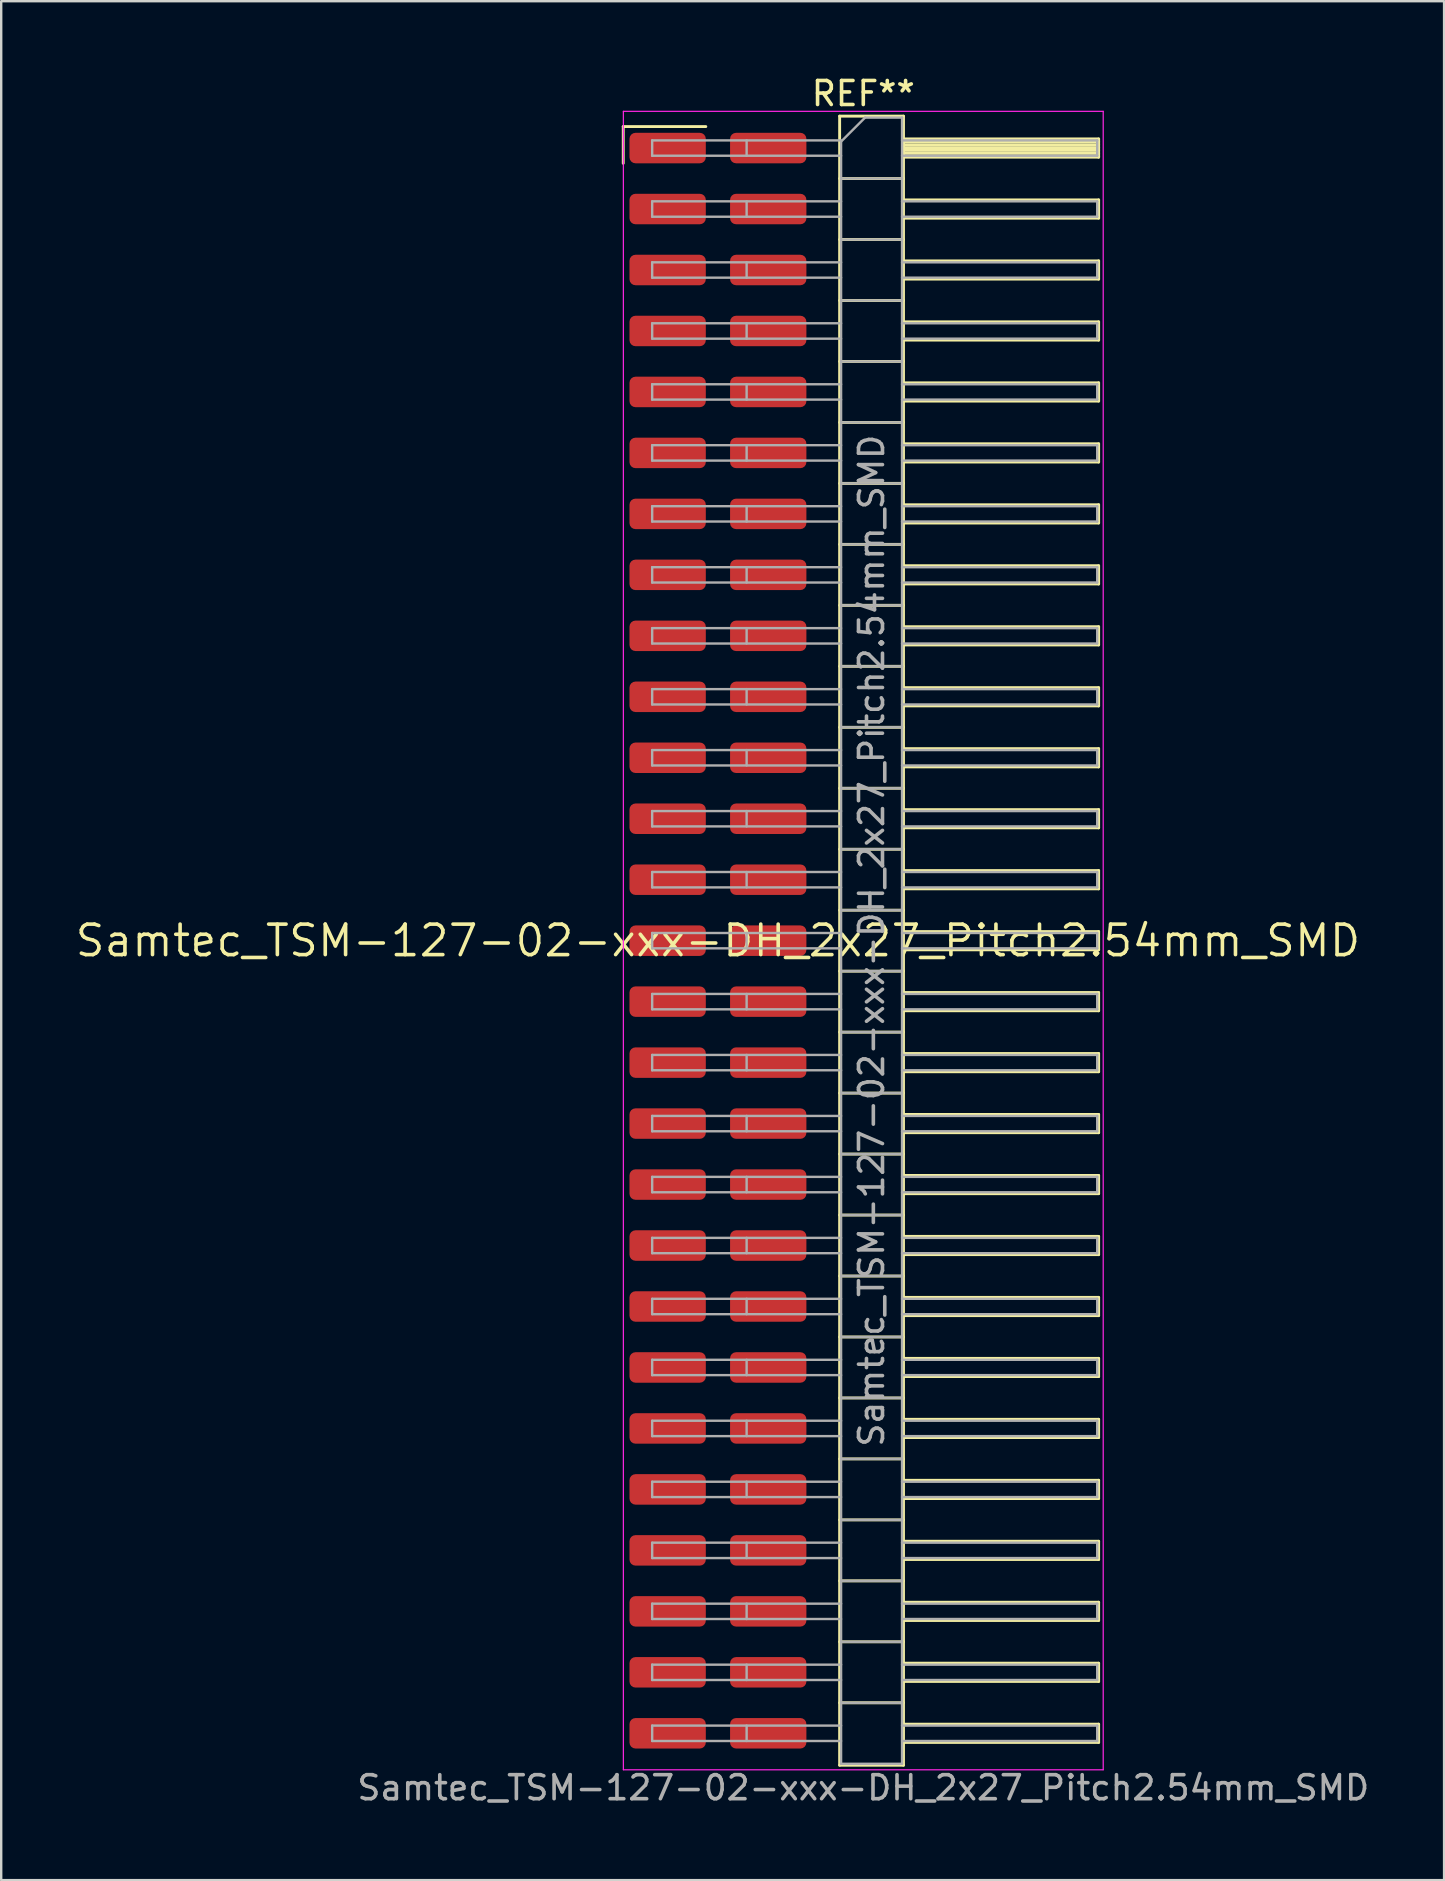
<source format=kicad_pcb>
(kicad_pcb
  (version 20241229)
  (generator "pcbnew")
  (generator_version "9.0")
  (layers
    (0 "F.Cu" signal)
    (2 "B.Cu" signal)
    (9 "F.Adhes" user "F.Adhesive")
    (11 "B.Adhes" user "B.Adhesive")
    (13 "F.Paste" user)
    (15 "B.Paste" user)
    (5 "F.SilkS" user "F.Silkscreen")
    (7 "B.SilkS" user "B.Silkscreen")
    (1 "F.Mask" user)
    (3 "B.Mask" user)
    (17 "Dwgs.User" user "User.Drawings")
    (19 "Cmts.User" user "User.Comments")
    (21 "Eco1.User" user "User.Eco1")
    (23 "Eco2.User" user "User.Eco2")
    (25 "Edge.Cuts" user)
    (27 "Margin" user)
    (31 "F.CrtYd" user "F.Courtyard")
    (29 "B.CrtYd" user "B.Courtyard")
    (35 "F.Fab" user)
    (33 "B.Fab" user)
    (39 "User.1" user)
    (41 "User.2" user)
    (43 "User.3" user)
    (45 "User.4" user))
  (footprint "Samtec_TSM-127-02-xxx-DH_2x27_Pitch2.54mm_SMD"
    (layer "F.Cu")
    (at 26.859 36.138)
    (property "Reference" "Samtec_TSM-127-02-xxx-DH_2x27_Pitch2.54mm_SMD" (at 0 0 0) (layer "F.SilkS") (effects (font (size 1.27 1.27) (thickness 0.15))))
    (attr smd)
    (fp_line (start -3.945 -33.915) (end -0.505 -33.915) (stroke (width 0.12) (type solid)) (layer "F.SilkS"))
    (fp_line (start -3.945 -32.385) (end -3.945 -33.915) (stroke (width 0.12) (type solid)) (layer "F.SilkS"))
    (fp_line (start 5.07 -34.35) (end 7.73 -34.35) (stroke (width 0.12) (type solid)) (layer "F.SilkS"))
    (fp_line (start 5.07 -31.75) (end 7.73 -31.75) (stroke (width 0.12) (type solid)) (layer "F.SilkS"))
    (fp_line (start 5.07 -29.21) (end 7.73 -29.21) (stroke (width 0.12) (type solid)) (layer "F.SilkS"))
    (fp_line (start 5.07 -26.67) (end 7.73 -26.67) (stroke (width 0.12) (type solid)) (layer "F.SilkS"))
    (fp_line (start 5.07 -24.13) (end 7.73 -24.13) (stroke (width 0.12) (type solid)) (layer "F.SilkS"))
    (fp_line (start 5.07 -21.59) (end 7.73 -21.59) (stroke (width 0.12) (type solid)) (layer "F.SilkS"))
    (fp_line (start 5.07 -19.05) (end 7.73 -19.05) (stroke (width 0.12) (type solid)) (layer "F.SilkS"))
    (fp_line (start 5.07 -16.51) (end 7.73 -16.51) (stroke (width 0.12) (type solid)) (layer "F.SilkS"))
    (fp_line (start 5.07 -13.97) (end 7.73 -13.97) (stroke (width 0.12) (type solid)) (layer "F.SilkS"))
    (fp_line (start 5.07 -11.43) (end 7.73 -11.43) (stroke (width 0.12) (type solid)) (layer "F.SilkS"))
    (fp_line (start 5.07 -8.89) (end 7.73 -8.89) (stroke (width 0.12) (type solid)) (layer "F.SilkS"))
    (fp_line (start 5.07 -6.35) (end 7.73 -6.35) (stroke (width 0.12) (type solid)) (layer "F.SilkS"))
    (fp_line (start 5.07 -3.81) (end 7.73 -3.81) (stroke (width 0.12) (type solid)) (layer "F.SilkS"))
    (fp_line (start 5.07 -1.27) (end 7.73 -1.27) (stroke (width 0.12) (type solid)) (layer "F.SilkS"))
    (fp_line (start 5.07 1.27) (end 7.73 1.27) (stroke (width 0.12) (type solid)) (layer "F.SilkS"))
    (fp_line (start 5.07 3.81) (end 7.73 3.81) (stroke (width 0.12) (type solid)) (layer "F.SilkS"))
    (fp_line (start 5.07 6.35) (end 7.73 6.35) (stroke (width 0.12) (type solid)) (layer "F.SilkS"))
    (fp_line (start 5.07 8.89) (end 7.73 8.89) (stroke (width 0.12) (type solid)) (layer "F.SilkS"))
    (fp_line (start 5.07 11.43) (end 7.73 11.43) (stroke (width 0.12) (type solid)) (layer "F.SilkS"))
    (fp_line (start 5.07 13.97) (end 7.73 13.97) (stroke (width 0.12) (type solid)) (layer "F.SilkS"))
    (fp_line (start 5.07 16.51) (end 7.73 16.51) (stroke (width 0.12) (type solid)) (layer "F.SilkS"))
    (fp_line (start 5.07 19.05) (end 7.73 19.05) (stroke (width 0.12) (type solid)) (layer "F.SilkS"))
    (fp_line (start 5.07 21.59) (end 7.73 21.59) (stroke (width 0.12) (type solid)) (layer "F.SilkS"))
    (fp_line (start 5.07 24.13) (end 7.73 24.13) (stroke (width 0.12) (type solid)) (layer "F.SilkS"))
    (fp_line (start 5.07 26.67) (end 7.73 26.67) (stroke (width 0.12) (type solid)) (layer "F.SilkS"))
    (fp_line (start 5.07 29.21) (end 7.73 29.21) (stroke (width 0.12) (type solid)) (layer "F.SilkS"))
    (fp_line (start 5.07 31.75) (end 7.73 31.75) (stroke (width 0.12) (type solid)) (layer "F.SilkS"))
    (fp_line (start 5.07 34.35) (end 5.07 -34.35) (stroke (width 0.12) (type solid)) (layer "F.SilkS"))
    (fp_line (start 7.73 -34.35) (end 7.73 34.35) (stroke (width 0.12) (type solid)) (layer "F.SilkS"))
    (fp_line (start 7.73 -33.4) (end 15.86 -33.4) (stroke (width 0.12) (type solid)) (layer "F.SilkS"))
    (fp_line (start 7.73 -33.28) (end 15.86 -33.28) (stroke (width 0.12) (type solid)) (layer "F.SilkS"))
    (fp_line (start 7.73 -33.16) (end 15.86 -33.16) (stroke (width 0.12) (type solid)) (layer "F.SilkS"))
    (fp_line (start 7.73 -33.04) (end 15.86 -33.04) (stroke (width 0.12) (type solid)) (layer "F.SilkS"))
    (fp_line (start 7.73 -32.92) (end 15.86 -32.92) (stroke (width 0.12) (type solid)) (layer "F.SilkS"))
    (fp_line (start 7.73 -32.8) (end 15.86 -32.8) (stroke (width 0.12) (type solid)) (layer "F.SilkS"))
    (fp_line (start 7.73 -32.68) (end 15.86 -32.68) (stroke (width 0.12) (type solid)) (layer "F.SilkS"))
    (fp_line (start 7.73 -32.64) (end 15.86 -32.64) (stroke (width 0.12) (type solid)) (layer "F.SilkS"))
    (fp_line (start 7.73 -30.86) (end 15.86 -30.86) (stroke (width 0.12) (type solid)) (layer "F.SilkS"))
    (fp_line (start 7.73 -30.1) (end 15.86 -30.1) (stroke (width 0.12) (type solid)) (layer "F.SilkS"))
    (fp_line (start 7.73 -28.32) (end 15.86 -28.32) (stroke (width 0.12) (type solid)) (layer "F.SilkS"))
    (fp_line (start 7.73 -27.56) (end 15.86 -27.56) (stroke (width 0.12) (type solid)) (layer "F.SilkS"))
    (fp_line (start 7.73 -25.78) (end 15.86 -25.78) (stroke (width 0.12) (type solid)) (layer "F.SilkS"))
    (fp_line (start 7.73 -25.02) (end 15.86 -25.02) (stroke (width 0.12) (type solid)) (layer "F.SilkS"))
    (fp_line (start 7.73 -23.24) (end 15.86 -23.24) (stroke (width 0.12) (type solid)) (layer "F.SilkS"))
    (fp_line (start 7.73 -22.48) (end 15.86 -22.48) (stroke (width 0.12) (type solid)) (layer "F.SilkS"))
    (fp_line (start 7.73 -20.7) (end 15.86 -20.7) (stroke (width 0.12) (type solid)) (layer "F.SilkS"))
    (fp_line (start 7.73 -19.94) (end 15.86 -19.94) (stroke (width 0.12) (type solid)) (layer "F.SilkS"))
    (fp_line (start 7.73 -18.16) (end 15.86 -18.16) (stroke (width 0.12) (type solid)) (layer "F.SilkS"))
    (fp_line (start 7.73 -17.4) (end 15.86 -17.4) (stroke (width 0.12) (type solid)) (layer "F.SilkS"))
    (fp_line (start 7.73 -15.62) (end 15.86 -15.62) (stroke (width 0.12) (type solid)) (layer "F.SilkS"))
    (fp_line (start 7.73 -14.86) (end 15.86 -14.86) (stroke (width 0.12) (type solid)) (layer "F.SilkS"))
    (fp_line (start 7.73 -13.08) (end 15.86 -13.08) (stroke (width 0.12) (type solid)) (layer "F.SilkS"))
    (fp_line (start 7.73 -12.32) (end 15.86 -12.32) (stroke (width 0.12) (type solid)) (layer "F.SilkS"))
    (fp_line (start 7.73 -10.54) (end 15.86 -10.54) (stroke (width 0.12) (type solid)) (layer "F.SilkS"))
    (fp_line (start 7.73 -9.78) (end 15.86 -9.78) (stroke (width 0.12) (type solid)) (layer "F.SilkS"))
    (fp_line (start 7.73 -8) (end 15.86 -8) (stroke (width 0.12) (type solid)) (layer "F.SilkS"))
    (fp_line (start 7.73 -7.24) (end 15.86 -7.24) (stroke (width 0.12) (type solid)) (layer "F.SilkS"))
    (fp_line (start 7.73 -5.46) (end 15.86 -5.46) (stroke (width 0.12) (type solid)) (layer "F.SilkS"))
    (fp_line (start 7.73 -4.7) (end 15.86 -4.7) (stroke (width 0.12) (type solid)) (layer "F.SilkS"))
    (fp_line (start 7.73 -2.92) (end 15.86 -2.92) (stroke (width 0.12) (type solid)) (layer "F.SilkS"))
    (fp_line (start 7.73 -2.16) (end 15.86 -2.16) (stroke (width 0.12) (type solid)) (layer "F.SilkS"))
    (fp_line (start 7.73 -0.38) (end 15.86 -0.38) (stroke (width 0.12) (type solid)) (layer "F.SilkS"))
    (fp_line (start 7.73 0.38) (end 15.86 0.38) (stroke (width 0.12) (type solid)) (layer "F.SilkS"))
    (fp_line (start 7.73 2.16) (end 15.86 2.16) (stroke (width 0.12) (type solid)) (layer "F.SilkS"))
    (fp_line (start 7.73 2.92) (end 15.86 2.92) (stroke (width 0.12) (type solid)) (layer "F.SilkS"))
    (fp_line (start 7.73 4.7) (end 15.86 4.7) (stroke (width 0.12) (type solid)) (layer "F.SilkS"))
    (fp_line (start 7.73 5.46) (end 15.86 5.46) (stroke (width 0.12) (type solid)) (layer "F.SilkS"))
    (fp_line (start 7.73 7.24) (end 15.86 7.24) (stroke (width 0.12) (type solid)) (layer "F.SilkS"))
    (fp_line (start 7.73 8) (end 15.86 8) (stroke (width 0.12) (type solid)) (layer "F.SilkS"))
    (fp_line (start 7.73 9.78) (end 15.86 9.78) (stroke (width 0.12) (type solid)) (layer "F.SilkS"))
    (fp_line (start 7.73 10.54) (end 15.86 10.54) (stroke (width 0.12) (type solid)) (layer "F.SilkS"))
    (fp_line (start 7.73 12.32) (end 15.86 12.32) (stroke (width 0.12) (type solid)) (layer "F.SilkS"))
    (fp_line (start 7.73 13.08) (end 15.86 13.08) (stroke (width 0.12) (type solid)) (layer "F.SilkS"))
    (fp_line (start 7.73 14.86) (end 15.86 14.86) (stroke (width 0.12) (type solid)) (layer "F.SilkS"))
    (fp_line (start 7.73 15.62) (end 15.86 15.62) (stroke (width 0.12) (type solid)) (layer "F.SilkS"))
    (fp_line (start 7.73 17.4) (end 15.86 17.4) (stroke (width 0.12) (type solid)) (layer "F.SilkS"))
    (fp_line (start 7.73 18.16) (end 15.86 18.16) (stroke (width 0.12) (type solid)) (layer "F.SilkS"))
    (fp_line (start 7.73 19.94) (end 15.86 19.94) (stroke (width 0.12) (type solid)) (layer "F.SilkS"))
    (fp_line (start 7.73 20.7) (end 15.86 20.7) (stroke (width 0.12) (type solid)) (layer "F.SilkS"))
    (fp_line (start 7.73 22.48) (end 15.86 22.48) (stroke (width 0.12) (type solid)) (layer "F.SilkS"))
    (fp_line (start 7.73 23.24) (end 15.86 23.24) (stroke (width 0.12) (type solid)) (layer "F.SilkS"))
    (fp_line (start 7.73 25.02) (end 15.86 25.02) (stroke (width 0.12) (type solid)) (layer "F.SilkS"))
    (fp_line (start 7.73 25.78) (end 15.86 25.78) (stroke (width 0.12) (type solid)) (layer "F.SilkS"))
    (fp_line (start 7.73 27.56) (end 15.86 27.56) (stroke (width 0.12) (type solid)) (layer "F.SilkS"))
    (fp_line (start 7.73 28.32) (end 15.86 28.32) (stroke (width 0.12) (type solid)) (layer "F.SilkS"))
    (fp_line (start 7.73 30.1) (end 15.86 30.1) (stroke (width 0.12) (type solid)) (layer "F.SilkS"))
    (fp_line (start 7.73 30.86) (end 15.86 30.86) (stroke (width 0.12) (type solid)) (layer "F.SilkS"))
    (fp_line (start 7.73 32.64) (end 15.86 32.64) (stroke (width 0.12) (type solid)) (layer "F.SilkS"))
    (fp_line (start 7.73 33.4) (end 15.86 33.4) (stroke (width 0.12) (type solid)) (layer "F.SilkS"))
    (fp_line (start 7.73 34.35) (end 5.07 34.35) (stroke (width 0.12) (type solid)) (layer "F.SilkS"))
    (fp_line (start 15.86 -33.4) (end 15.86 -32.64) (stroke (width 0.12) (type solid)) (layer "F.SilkS"))
    (fp_line (start 15.86 -30.86) (end 15.86 -30.1) (stroke (width 0.12) (type solid)) (layer "F.SilkS"))
    (fp_line (start 15.86 -28.32) (end 15.86 -27.56) (stroke (width 0.12) (type solid)) (layer "F.SilkS"))
    (fp_line (start 15.86 -25.78) (end 15.86 -25.02) (stroke (width 0.12) (type solid)) (layer "F.SilkS"))
    (fp_line (start 15.86 -23.24) (end 15.86 -22.48) (stroke (width 0.12) (type solid)) (layer "F.SilkS"))
    (fp_line (start 15.86 -20.7) (end 15.86 -19.94) (stroke (width 0.12) (type solid)) (layer "F.SilkS"))
    (fp_line (start 15.86 -18.16) (end 15.86 -17.4) (stroke (width 0.12) (type solid)) (layer "F.SilkS"))
    (fp_line (start 15.86 -15.62) (end 15.86 -14.86) (stroke (width 0.12) (type solid)) (layer "F.SilkS"))
    (fp_line (start 15.86 -13.08) (end 15.86 -12.32) (stroke (width 0.12) (type solid)) (layer "F.SilkS"))
    (fp_line (start 15.86 -10.54) (end 15.86 -9.78) (stroke (width 0.12) (type solid)) (layer "F.SilkS"))
    (fp_line (start 15.86 -8) (end 15.86 -7.24) (stroke (width 0.12) (type solid)) (layer "F.SilkS"))
    (fp_line (start 15.86 -5.46) (end 15.86 -4.7) (stroke (width 0.12) (type solid)) (layer "F.SilkS"))
    (fp_line (start 15.86 -2.92) (end 15.86 -2.16) (stroke (width 0.12) (type solid)) (layer "F.SilkS"))
    (fp_line (start 15.86 -0.38) (end 15.86 0.38) (stroke (width 0.12) (type solid)) (layer "F.SilkS"))
    (fp_line (start 15.86 2.16) (end 15.86 2.92) (stroke (width 0.12) (type solid)) (layer "F.SilkS"))
    (fp_line (start 15.86 4.7) (end 15.86 5.46) (stroke (width 0.12) (type solid)) (layer "F.SilkS"))
    (fp_line (start 15.86 7.24) (end 15.86 8) (stroke (width 0.12) (type solid)) (layer "F.SilkS"))
    (fp_line (start 15.86 9.78) (end 15.86 10.54) (stroke (width 0.12) (type solid)) (layer "F.SilkS"))
    (fp_line (start 15.86 12.32) (end 15.86 13.08) (stroke (width 0.12) (type solid)) (layer "F.SilkS"))
    (fp_line (start 15.86 14.86) (end 15.86 15.62) (stroke (width 0.12) (type solid)) (layer "F.SilkS"))
    (fp_line (start 15.86 17.4) (end 15.86 18.16) (stroke (width 0.12) (type solid)) (layer "F.SilkS"))
    (fp_line (start 15.86 19.94) (end 15.86 20.7) (stroke (width 0.12) (type solid)) (layer "F.SilkS"))
    (fp_line (start 15.86 22.48) (end 15.86 23.24) (stroke (width 0.12) (type solid)) (layer "F.SilkS"))
    (fp_line (start 15.86 25.02) (end 15.86 25.78) (stroke (width 0.12) (type solid)) (layer "F.SilkS"))
    (fp_line (start 15.86 27.56) (end 15.86 28.32) (stroke (width 0.12) (type solid)) (layer "F.SilkS"))
    (fp_line (start 15.86 30.1) (end 15.86 30.86) (stroke (width 0.12) (type solid)) (layer "F.SilkS"))
    (fp_line (start 15.86 32.64) (end 15.86 33.4) (stroke (width 0.12) (type solid)) (layer "F.SilkS"))
    (fp_line (start -3.94 -34.55) (end 16.05 -34.55) (stroke (width 0.05) (type solid)) (layer "F.CrtYd"))
    (fp_line (start -3.94 34.54) (end -3.94 -34.55) (stroke (width 0.05) (type solid)) (layer "F.CrtYd"))
    (fp_line (start 16.05 -34.55) (end 16.05 34.54) (stroke (width 0.05) (type solid)) (layer "F.CrtYd"))
    (fp_line (start 16.05 34.54) (end -3.94 34.54) (stroke (width 0.05) (type solid)) (layer "F.CrtYd"))
    (fp_line (start -2.74 -33.34) (end -2.74 -32.7) (stroke (width 0.1) (type solid)) (layer "F.Fab"))
    (fp_line (start -2.74 -33.34) (end 5.13 -33.34) (stroke (width 0.1) (type solid)) (layer "F.Fab"))
    (fp_line (start -2.74 -32.7) (end 5.13 -32.7) (stroke (width 0.1) (type solid)) (layer "F.Fab"))
    (fp_line (start -2.74 -30.8) (end -2.74 -30.16) (stroke (width 0.1) (type solid)) (layer "F.Fab"))
    (fp_line (start -2.74 -30.8) (end 5.13 -30.8) (stroke (width 0.1) (type solid)) (layer "F.Fab"))
    (fp_line (start -2.74 -30.16) (end 5.13 -30.16) (stroke (width 0.1) (type solid)) (layer "F.Fab"))
    (fp_line (start -2.74 -28.26) (end -2.74 -27.62) (stroke (width 0.1) (type solid)) (layer "F.Fab"))
    (fp_line (start -2.74 -28.26) (end 5.13 -28.26) (stroke (width 0.1) (type solid)) (layer "F.Fab"))
    (fp_line (start -2.74 -27.62) (end 5.13 -27.62) (stroke (width 0.1) (type solid)) (layer "F.Fab"))
    (fp_line (start -2.74 -25.72) (end -2.74 -25.08) (stroke (width 0.1) (type solid)) (layer "F.Fab"))
    (fp_line (start -2.74 -25.72) (end 5.13 -25.72) (stroke (width 0.1) (type solid)) (layer "F.Fab"))
    (fp_line (start -2.74 -25.08) (end 5.13 -25.08) (stroke (width 0.1) (type solid)) (layer "F.Fab"))
    (fp_line (start -2.74 -23.18) (end -2.74 -22.54) (stroke (width 0.1) (type solid)) (layer "F.Fab"))
    (fp_line (start -2.74 -23.18) (end 5.13 -23.18) (stroke (width 0.1) (type solid)) (layer "F.Fab"))
    (fp_line (start -2.74 -22.54) (end 5.13 -22.54) (stroke (width 0.1) (type solid)) (layer "F.Fab"))
    (fp_line (start -2.74 -20.64) (end -2.74 -20) (stroke (width 0.1) (type solid)) (layer "F.Fab"))
    (fp_line (start -2.74 -20.64) (end 5.13 -20.64) (stroke (width 0.1) (type solid)) (layer "F.Fab"))
    (fp_line (start -2.74 -20) (end 5.13 -20) (stroke (width 0.1) (type solid)) (layer "F.Fab"))
    (fp_line (start -2.74 -18.1) (end -2.74 -17.46) (stroke (width 0.1) (type solid)) (layer "F.Fab"))
    (fp_line (start -2.74 -18.1) (end 5.13 -18.1) (stroke (width 0.1) (type solid)) (layer "F.Fab"))
    (fp_line (start -2.74 -17.46) (end 5.13 -17.46) (stroke (width 0.1) (type solid)) (layer "F.Fab"))
    (fp_line (start -2.74 -15.56) (end -2.74 -14.92) (stroke (width 0.1) (type solid)) (layer "F.Fab"))
    (fp_line (start -2.74 -15.56) (end 5.13 -15.56) (stroke (width 0.1) (type solid)) (layer "F.Fab"))
    (fp_line (start -2.74 -14.92) (end 5.13 -14.92) (stroke (width 0.1) (type solid)) (layer "F.Fab"))
    (fp_line (start -2.74 -13.02) (end -2.74 -12.38) (stroke (width 0.1) (type solid)) (layer "F.Fab"))
    (fp_line (start -2.74 -13.02) (end 5.13 -13.02) (stroke (width 0.1) (type solid)) (layer "F.Fab"))
    (fp_line (start -2.74 -12.38) (end 5.13 -12.38) (stroke (width 0.1) (type solid)) (layer "F.Fab"))
    (fp_line (start -2.74 -10.48) (end -2.74 -9.84) (stroke (width 0.1) (type solid)) (layer "F.Fab"))
    (fp_line (start -2.74 -10.48) (end 5.13 -10.48) (stroke (width 0.1) (type solid)) (layer "F.Fab"))
    (fp_line (start -2.74 -9.84) (end 5.13 -9.84) (stroke (width 0.1) (type solid)) (layer "F.Fab"))
    (fp_line (start -2.74 -7.94) (end -2.74 -7.3) (stroke (width 0.1) (type solid)) (layer "F.Fab"))
    (fp_line (start -2.74 -7.94) (end 5.13 -7.94) (stroke (width 0.1) (type solid)) (layer "F.Fab"))
    (fp_line (start -2.74 -7.3) (end 5.13 -7.3) (stroke (width 0.1) (type solid)) (layer "F.Fab"))
    (fp_line (start -2.74 -5.4) (end -2.74 -4.76) (stroke (width 0.1) (type solid)) (layer "F.Fab"))
    (fp_line (start -2.74 -5.4) (end 5.13 -5.4) (stroke (width 0.1) (type solid)) (layer "F.Fab"))
    (fp_line (start -2.74 -4.76) (end 5.13 -4.76) (stroke (width 0.1) (type solid)) (layer "F.Fab"))
    (fp_line (start -2.74 -2.86) (end -2.74 -2.22) (stroke (width 0.1) (type solid)) (layer "F.Fab"))
    (fp_line (start -2.74 -2.86) (end 5.13 -2.86) (stroke (width 0.1) (type solid)) (layer "F.Fab"))
    (fp_line (start -2.74 -2.22) (end 5.13 -2.22) (stroke (width 0.1) (type solid)) (layer "F.Fab"))
    (fp_line (start -2.74 -0.32) (end -2.74 0.32) (stroke (width 0.1) (type solid)) (layer "F.Fab"))
    (fp_line (start -2.74 -0.32) (end 5.13 -0.32) (stroke (width 0.1) (type solid)) (layer "F.Fab"))
    (fp_line (start -2.74 0.32) (end 5.13 0.32) (stroke (width 0.1) (type solid)) (layer "F.Fab"))
    (fp_line (start -2.74 2.22) (end -2.74 2.86) (stroke (width 0.1) (type solid)) (layer "F.Fab"))
    (fp_line (start -2.74 2.22) (end 5.13 2.22) (stroke (width 0.1) (type solid)) (layer "F.Fab"))
    (fp_line (start -2.74 2.86) (end 5.13 2.86) (stroke (width 0.1) (type solid)) (layer "F.Fab"))
    (fp_line (start -2.74 4.76) (end -2.74 5.4) (stroke (width 0.1) (type solid)) (layer "F.Fab"))
    (fp_line (start -2.74 4.76) (end 5.13 4.76) (stroke (width 0.1) (type solid)) (layer "F.Fab"))
    (fp_line (start -2.74 5.4) (end 5.13 5.4) (stroke (width 0.1) (type solid)) (layer "F.Fab"))
    (fp_line (start -2.74 7.3) (end -2.74 7.94) (stroke (width 0.1) (type solid)) (layer "F.Fab"))
    (fp_line (start -2.74 7.3) (end 5.13 7.3) (stroke (width 0.1) (type solid)) (layer "F.Fab"))
    (fp_line (start -2.74 7.94) (end 5.13 7.94) (stroke (width 0.1) (type solid)) (layer "F.Fab"))
    (fp_line (start -2.74 9.84) (end -2.74 10.48) (stroke (width 0.1) (type solid)) (layer "F.Fab"))
    (fp_line (start -2.74 9.84) (end 5.13 9.84) (stroke (width 0.1) (type solid)) (layer "F.Fab"))
    (fp_line (start -2.74 10.48) (end 5.13 10.48) (stroke (width 0.1) (type solid)) (layer "F.Fab"))
    (fp_line (start -2.74 12.38) (end -2.74 13.02) (stroke (width 0.1) (type solid)) (layer "F.Fab"))
    (fp_line (start -2.74 12.38) (end 5.13 12.38) (stroke (width 0.1) (type solid)) (layer "F.Fab"))
    (fp_line (start -2.74 13.02) (end 5.13 13.02) (stroke (width 0.1) (type solid)) (layer "F.Fab"))
    (fp_line (start -2.74 14.92) (end -2.74 15.56) (stroke (width 0.1) (type solid)) (layer "F.Fab"))
    (fp_line (start -2.74 14.92) (end 5.13 14.92) (stroke (width 0.1) (type solid)) (layer "F.Fab"))
    (fp_line (start -2.74 15.56) (end 5.13 15.56) (stroke (width 0.1) (type solid)) (layer "F.Fab"))
    (fp_line (start -2.74 17.46) (end -2.74 18.1) (stroke (width 0.1) (type solid)) (layer "F.Fab"))
    (fp_line (start -2.74 17.46) (end 5.13 17.46) (stroke (width 0.1) (type solid)) (layer "F.Fab"))
    (fp_line (start -2.74 18.1) (end 5.13 18.1) (stroke (width 0.1) (type solid)) (layer "F.Fab"))
    (fp_line (start -2.74 20) (end -2.74 20.64) (stroke (width 0.1) (type solid)) (layer "F.Fab"))
    (fp_line (start -2.74 20) (end 5.13 20) (stroke (width 0.1) (type solid)) (layer "F.Fab"))
    (fp_line (start -2.74 20.64) (end 5.13 20.64) (stroke (width 0.1) (type solid)) (layer "F.Fab"))
    (fp_line (start -2.74 22.54) (end -2.74 23.18) (stroke (width 0.1) (type solid)) (layer "F.Fab"))
    (fp_line (start -2.74 22.54) (end 5.13 22.54) (stroke (width 0.1) (type solid)) (layer "F.Fab"))
    (fp_line (start -2.74 23.18) (end 5.13 23.18) (stroke (width 0.1) (type solid)) (layer "F.Fab"))
    (fp_line (start -2.74 25.08) (end -2.74 25.72) (stroke (width 0.1) (type solid)) (layer "F.Fab"))
    (fp_line (start -2.74 25.08) (end 5.13 25.08) (stroke (width 0.1) (type solid)) (layer "F.Fab"))
    (fp_line (start -2.74 25.72) (end 5.13 25.72) (stroke (width 0.1) (type solid)) (layer "F.Fab"))
    (fp_line (start -2.74 27.62) (end -2.74 28.26) (stroke (width 0.1) (type solid)) (layer "F.Fab"))
    (fp_line (start -2.74 27.62) (end 5.13 27.62) (stroke (width 0.1) (type solid)) (layer "F.Fab"))
    (fp_line (start -2.74 28.26) (end 5.13 28.26) (stroke (width 0.1) (type solid)) (layer "F.Fab"))
    (fp_line (start -2.74 30.16) (end -2.74 30.8) (stroke (width 0.1) (type solid)) (layer "F.Fab"))
    (fp_line (start -2.74 30.16) (end 5.13 30.16) (stroke (width 0.1) (type solid)) (layer "F.Fab"))
    (fp_line (start -2.74 30.8) (end 5.13 30.8) (stroke (width 0.1) (type solid)) (layer "F.Fab"))
    (fp_line (start -2.74 32.7) (end -2.74 33.34) (stroke (width 0.1) (type solid)) (layer "F.Fab"))
    (fp_line (start -2.74 32.7) (end 5.13 32.7) (stroke (width 0.1) (type solid)) (layer "F.Fab"))
    (fp_line (start -2.74 33.34) (end 5.13 33.34) (stroke (width 0.1) (type solid)) (layer "F.Fab"))
    (fp_line (start 1.195 -33.34) (end 1.195 -32.7) (stroke (width 0.1) (type solid)) (layer "F.Fab"))
    (fp_line (start 1.195 -30.8) (end 1.195 -30.16) (stroke (width 0.1) (type solid)) (layer "F.Fab"))
    (fp_line (start 1.195 -28.26) (end 1.195 -27.62) (stroke (width 0.1) (type solid)) (layer "F.Fab"))
    (fp_line (start 1.195 -25.72) (end 1.195 -25.08) (stroke (width 0.1) (type solid)) (layer "F.Fab"))
    (fp_line (start 1.195 -23.18) (end 1.195 -22.54) (stroke (width 0.1) (type solid)) (layer "F.Fab"))
    (fp_line (start 1.195 -20.64) (end 1.195 -20) (stroke (width 0.1) (type solid)) (layer "F.Fab"))
    (fp_line (start 1.195 -18.1) (end 1.195 -17.46) (stroke (width 0.1) (type solid)) (layer "F.Fab"))
    (fp_line (start 1.195 -15.56) (end 1.195 -14.92) (stroke (width 0.1) (type solid)) (layer "F.Fab"))
    (fp_line (start 1.195 -13.02) (end 1.195 -12.38) (stroke (width 0.1) (type solid)) (layer "F.Fab"))
    (fp_line (start 1.195 -10.48) (end 1.195 -9.84) (stroke (width 0.1) (type solid)) (layer "F.Fab"))
    (fp_line (start 1.195 -7.94) (end 1.195 -7.3) (stroke (width 0.1) (type solid)) (layer "F.Fab"))
    (fp_line (start 1.195 -5.4) (end 1.195 -4.76) (stroke (width 0.1) (type solid)) (layer "F.Fab"))
    (fp_line (start 1.195 -2.86) (end 1.195 -2.22) (stroke (width 0.1) (type solid)) (layer "F.Fab"))
    (fp_line (start 1.195 -0.32) (end 1.195 0.32) (stroke (width 0.1) (type solid)) (layer "F.Fab"))
    (fp_line (start 1.195 2.22) (end 1.195 2.86) (stroke (width 0.1) (type solid)) (layer "F.Fab"))
    (fp_line (start 1.195 4.76) (end 1.195 5.4) (stroke (width 0.1) (type solid)) (layer "F.Fab"))
    (fp_line (start 1.195 7.3) (end 1.195 7.94) (stroke (width 0.1) (type solid)) (layer "F.Fab"))
    (fp_line (start 1.195 9.84) (end 1.195 10.48) (stroke (width 0.1) (type solid)) (layer "F.Fab"))
    (fp_line (start 1.195 12.38) (end 1.195 13.02) (stroke (width 0.1) (type solid)) (layer "F.Fab"))
    (fp_line (start 1.195 14.92) (end 1.195 15.56) (stroke (width 0.1) (type solid)) (layer "F.Fab"))
    (fp_line (start 1.195 17.46) (end 1.195 18.1) (stroke (width 0.1) (type solid)) (layer "F.Fab"))
    (fp_line (start 1.195 20) (end 1.195 20.64) (stroke (width 0.1) (type solid)) (layer "F.Fab"))
    (fp_line (start 1.195 22.54) (end 1.195 23.18) (stroke (width 0.1) (type solid)) (layer "F.Fab"))
    (fp_line (start 1.195 25.08) (end 1.195 25.72) (stroke (width 0.1) (type solid)) (layer "F.Fab"))
    (fp_line (start 1.195 27.62) (end 1.195 28.26) (stroke (width 0.1) (type solid)) (layer "F.Fab"))
    (fp_line (start 1.195 30.16) (end 1.195 30.8) (stroke (width 0.1) (type solid)) (layer "F.Fab"))
    (fp_line (start 1.195 32.7) (end 1.195 33.34) (stroke (width 0.1) (type solid)) (layer "F.Fab"))
    (fp_line (start 5.13 -33.29) (end 6.13 -34.29) (stroke (width 0.1) (type solid)) (layer "F.Fab"))
    (fp_line (start 5.13 -31.75) (end 7.67 -31.75) (stroke (width 0.1) (type solid)) (layer "F.Fab"))
    (fp_line (start 5.13 -29.21) (end 7.67 -29.21) (stroke (width 0.1) (type solid)) (layer "F.Fab"))
    (fp_line (start 5.13 -26.67) (end 7.67 -26.67) (stroke (width 0.1) (type solid)) (layer "F.Fab"))
    (fp_line (start 5.13 -24.13) (end 7.67 -24.13) (stroke (width 0.1) (type solid)) (layer "F.Fab"))
    (fp_line (start 5.13 -21.59) (end 7.67 -21.59) (stroke (width 0.1) (type solid)) (layer "F.Fab"))
    (fp_line (start 5.13 -19.05) (end 7.67 -19.05) (stroke (width 0.1) (type solid)) (layer "F.Fab"))
    (fp_line (start 5.13 -16.51) (end 7.67 -16.51) (stroke (width 0.1) (type solid)) (layer "F.Fab"))
    (fp_line (start 5.13 -13.97) (end 7.67 -13.97) (stroke (width 0.1) (type solid)) (layer "F.Fab"))
    (fp_line (start 5.13 -11.43) (end 7.67 -11.43) (stroke (width 0.1) (type solid)) (layer "F.Fab"))
    (fp_line (start 5.13 -8.89) (end 7.67 -8.89) (stroke (width 0.1) (type solid)) (layer "F.Fab"))
    (fp_line (start 5.13 -6.35) (end 7.67 -6.35) (stroke (width 0.1) (type solid)) (layer "F.Fab"))
    (fp_line (start 5.13 -3.81) (end 7.67 -3.81) (stroke (width 0.1) (type solid)) (layer "F.Fab"))
    (fp_line (start 5.13 -1.27) (end 7.67 -1.27) (stroke (width 0.1) (type solid)) (layer "F.Fab"))
    (fp_line (start 5.13 1.27) (end 7.67 1.27) (stroke (width 0.1) (type solid)) (layer "F.Fab"))
    (fp_line (start 5.13 3.81) (end 7.67 3.81) (stroke (width 0.1) (type solid)) (layer "F.Fab"))
    (fp_line (start 5.13 6.35) (end 7.67 6.35) (stroke (width 0.1) (type solid)) (layer "F.Fab"))
    (fp_line (start 5.13 8.89) (end 7.67 8.89) (stroke (width 0.1) (type solid)) (layer "F.Fab"))
    (fp_line (start 5.13 11.43) (end 7.67 11.43) (stroke (width 0.1) (type solid)) (layer "F.Fab"))
    (fp_line (start 5.13 13.97) (end 7.67 13.97) (stroke (width 0.1) (type solid)) (layer "F.Fab"))
    (fp_line (start 5.13 16.51) (end 7.67 16.51) (stroke (width 0.1) (type solid)) (layer "F.Fab"))
    (fp_line (start 5.13 19.05) (end 7.67 19.05) (stroke (width 0.1) (type solid)) (layer "F.Fab"))
    (fp_line (start 5.13 21.59) (end 7.67 21.59) (stroke (width 0.1) (type solid)) (layer "F.Fab"))
    (fp_line (start 5.13 24.13) (end 7.67 24.13) (stroke (width 0.1) (type solid)) (layer "F.Fab"))
    (fp_line (start 5.13 26.67) (end 7.67 26.67) (stroke (width 0.1) (type solid)) (layer "F.Fab"))
    (fp_line (start 5.13 29.21) (end 7.67 29.21) (stroke (width 0.1) (type solid)) (layer "F.Fab"))
    (fp_line (start 5.13 31.75) (end 7.67 31.75) (stroke (width 0.1) (type solid)) (layer "F.Fab"))
    (fp_line (start 5.13 34.29) (end 5.13 -33.29) (stroke (width 0.1) (type solid)) (layer "F.Fab"))
    (fp_line (start 6.13 -34.29) (end 7.67 -34.29) (stroke (width 0.1) (type solid)) (layer "F.Fab"))
    (fp_line (start 7.67 -34.29) (end 7.67 34.29) (stroke (width 0.1) (type solid)) (layer "F.Fab"))
    (fp_line (start 7.67 -33.34) (end 15.8 -33.34) (stroke (width 0.1) (type solid)) (layer "F.Fab"))
    (fp_line (start 7.67 -32.7) (end 15.8 -32.7) (stroke (width 0.1) (type solid)) (layer "F.Fab"))
    (fp_line (start 7.67 -30.8) (end 15.8 -30.8) (stroke (width 0.1) (type solid)) (layer "F.Fab"))
    (fp_line (start 7.67 -30.16) (end 15.8 -30.16) (stroke (width 0.1) (type solid)) (layer "F.Fab"))
    (fp_line (start 7.67 -28.26) (end 15.8 -28.26) (stroke (width 0.1) (type solid)) (layer "F.Fab"))
    (fp_line (start 7.67 -27.62) (end 15.8 -27.62) (stroke (width 0.1) (type solid)) (layer "F.Fab"))
    (fp_line (start 7.67 -25.72) (end 15.8 -25.72) (stroke (width 0.1) (type solid)) (layer "F.Fab"))
    (fp_line (start 7.67 -25.08) (end 15.8 -25.08) (stroke (width 0.1) (type solid)) (layer "F.Fab"))
    (fp_line (start 7.67 -23.18) (end 15.8 -23.18) (stroke (width 0.1) (type solid)) (layer "F.Fab"))
    (fp_line (start 7.67 -22.54) (end 15.8 -22.54) (stroke (width 0.1) (type solid)) (layer "F.Fab"))
    (fp_line (start 7.67 -20.64) (end 15.8 -20.64) (stroke (width 0.1) (type solid)) (layer "F.Fab"))
    (fp_line (start 7.67 -20) (end 15.8 -20) (stroke (width 0.1) (type solid)) (layer "F.Fab"))
    (fp_line (start 7.67 -18.1) (end 15.8 -18.1) (stroke (width 0.1) (type solid)) (layer "F.Fab"))
    (fp_line (start 7.67 -17.46) (end 15.8 -17.46) (stroke (width 0.1) (type solid)) (layer "F.Fab"))
    (fp_line (start 7.67 -15.56) (end 15.8 -15.56) (stroke (width 0.1) (type solid)) (layer "F.Fab"))
    (fp_line (start 7.67 -14.92) (end 15.8 -14.92) (stroke (width 0.1) (type solid)) (layer "F.Fab"))
    (fp_line (start 7.67 -13.02) (end 15.8 -13.02) (stroke (width 0.1) (type solid)) (layer "F.Fab"))
    (fp_line (start 7.67 -12.38) (end 15.8 -12.38) (stroke (width 0.1) (type solid)) (layer "F.Fab"))
    (fp_line (start 7.67 -10.48) (end 15.8 -10.48) (stroke (width 0.1) (type solid)) (layer "F.Fab"))
    (fp_line (start 7.67 -9.84) (end 15.8 -9.84) (stroke (width 0.1) (type solid)) (layer "F.Fab"))
    (fp_line (start 7.67 -7.94) (end 15.8 -7.94) (stroke (width 0.1) (type solid)) (layer "F.Fab"))
    (fp_line (start 7.67 -7.3) (end 15.8 -7.3) (stroke (width 0.1) (type solid)) (layer "F.Fab"))
    (fp_line (start 7.67 -5.4) (end 15.8 -5.4) (stroke (width 0.1) (type solid)) (layer "F.Fab"))
    (fp_line (start 7.67 -4.76) (end 15.8 -4.76) (stroke (width 0.1) (type solid)) (layer "F.Fab"))
    (fp_line (start 7.67 -2.86) (end 15.8 -2.86) (stroke (width 0.1) (type solid)) (layer "F.Fab"))
    (fp_line (start 7.67 -2.22) (end 15.8 -2.22) (stroke (width 0.1) (type solid)) (layer "F.Fab"))
    (fp_line (start 7.67 -0.32) (end 15.8 -0.32) (stroke (width 0.1) (type solid)) (layer "F.Fab"))
    (fp_line (start 7.67 0.32) (end 15.8 0.32) (stroke (width 0.1) (type solid)) (layer "F.Fab"))
    (fp_line (start 7.67 2.22) (end 15.8 2.22) (stroke (width 0.1) (type solid)) (layer "F.Fab"))
    (fp_line (start 7.67 2.86) (end 15.8 2.86) (stroke (width 0.1) (type solid)) (layer "F.Fab"))
    (fp_line (start 7.67 4.76) (end 15.8 4.76) (stroke (width 0.1) (type solid)) (layer "F.Fab"))
    (fp_line (start 7.67 5.4) (end 15.8 5.4) (stroke (width 0.1) (type solid)) (layer "F.Fab"))
    (fp_line (start 7.67 7.3) (end 15.8 7.3) (stroke (width 0.1) (type solid)) (layer "F.Fab"))
    (fp_line (start 7.67 7.94) (end 15.8 7.94) (stroke (width 0.1) (type solid)) (layer "F.Fab"))
    (fp_line (start 7.67 9.84) (end 15.8 9.84) (stroke (width 0.1) (type solid)) (layer "F.Fab"))
    (fp_line (start 7.67 10.48) (end 15.8 10.48) (stroke (width 0.1) (type solid)) (layer "F.Fab"))
    (fp_line (start 7.67 12.38) (end 15.8 12.38) (stroke (width 0.1) (type solid)) (layer "F.Fab"))
    (fp_line (start 7.67 13.02) (end 15.8 13.02) (stroke (width 0.1) (type solid)) (layer "F.Fab"))
    (fp_line (start 7.67 14.92) (end 15.8 14.92) (stroke (width 0.1) (type solid)) (layer "F.Fab"))
    (fp_line (start 7.67 15.56) (end 15.8 15.56) (stroke (width 0.1) (type solid)) (layer "F.Fab"))
    (fp_line (start 7.67 17.46) (end 15.8 17.46) (stroke (width 0.1) (type solid)) (layer "F.Fab"))
    (fp_line (start 7.67 18.1) (end 15.8 18.1) (stroke (width 0.1) (type solid)) (layer "F.Fab"))
    (fp_line (start 7.67 20) (end 15.8 20) (stroke (width 0.1) (type solid)) (layer "F.Fab"))
    (fp_line (start 7.67 20.64) (end 15.8 20.64) (stroke (width 0.1) (type solid)) (layer "F.Fab"))
    (fp_line (start 7.67 22.54) (end 15.8 22.54) (stroke (width 0.1) (type solid)) (layer "F.Fab"))
    (fp_line (start 7.67 23.18) (end 15.8 23.18) (stroke (width 0.1) (type solid)) (layer "F.Fab"))
    (fp_line (start 7.67 25.08) (end 15.8 25.08) (stroke (width 0.1) (type solid)) (layer "F.Fab"))
    (fp_line (start 7.67 25.72) (end 15.8 25.72) (stroke (width 0.1) (type solid)) (layer "F.Fab"))
    (fp_line (start 7.67 27.62) (end 15.8 27.62) (stroke (width 0.1) (type solid)) (layer "F.Fab"))
    (fp_line (start 7.67 28.26) (end 15.8 28.26) (stroke (width 0.1) (type solid)) (layer "F.Fab"))
    (fp_line (start 7.67 30.16) (end 15.8 30.16) (stroke (width 0.1) (type solid)) (layer "F.Fab"))
    (fp_line (start 7.67 30.8) (end 15.8 30.8) (stroke (width 0.1) (type solid)) (layer "F.Fab"))
    (fp_line (start 7.67 32.7) (end 15.8 32.7) (stroke (width 0.1) (type solid)) (layer "F.Fab"))
    (fp_line (start 7.67 33.34) (end 15.8 33.34) (stroke (width 0.1) (type solid)) (layer "F.Fab"))
    (fp_line (start 7.67 34.29) (end 5.13 34.29) (stroke (width 0.1) (type solid)) (layer "F.Fab"))
    (fp_line (start 15.8 -33.34) (end 15.8 -32.7) (stroke (width 0.1) (type solid)) (layer "F.Fab"))
    (fp_line (start 15.8 -30.8) (end 15.8 -30.16) (stroke (width 0.1) (type solid)) (layer "F.Fab"))
    (fp_line (start 15.8 -28.26) (end 15.8 -27.62) (stroke (width 0.1) (type solid)) (layer "F.Fab"))
    (fp_line (start 15.8 -25.72) (end 15.8 -25.08) (stroke (width 0.1) (type solid)) (layer "F.Fab"))
    (fp_line (start 15.8 -23.18) (end 15.8 -22.54) (stroke (width 0.1) (type solid)) (layer "F.Fab"))
    (fp_line (start 15.8 -20.64) (end 15.8 -20) (stroke (width 0.1) (type solid)) (layer "F.Fab"))
    (fp_line (start 15.8 -18.1) (end 15.8 -17.46) (stroke (width 0.1) (type solid)) (layer "F.Fab"))
    (fp_line (start 15.8 -15.56) (end 15.8 -14.92) (stroke (width 0.1) (type solid)) (layer "F.Fab"))
    (fp_line (start 15.8 -13.02) (end 15.8 -12.38) (stroke (width 0.1) (type solid)) (layer "F.Fab"))
    (fp_line (start 15.8 -10.48) (end 15.8 -9.84) (stroke (width 0.1) (type solid)) (layer "F.Fab"))
    (fp_line (start 15.8 -7.94) (end 15.8 -7.3) (stroke (width 0.1) (type solid)) (layer "F.Fab"))
    (fp_line (start 15.8 -5.4) (end 15.8 -4.76) (stroke (width 0.1) (type solid)) (layer "F.Fab"))
    (fp_line (start 15.8 -2.86) (end 15.8 -2.22) (stroke (width 0.1) (type solid)) (layer "F.Fab"))
    (fp_line (start 15.8 -0.32) (end 15.8 0.32) (stroke (width 0.1) (type solid)) (layer "F.Fab"))
    (fp_line (start 15.8 2.22) (end 15.8 2.86) (stroke (width 0.1) (type solid)) (layer "F.Fab"))
    (fp_line (start 15.8 4.76) (end 15.8 5.4) (stroke (width 0.1) (type solid)) (layer "F.Fab"))
    (fp_line (start 15.8 7.3) (end 15.8 7.94) (stroke (width 0.1) (type solid)) (layer "F.Fab"))
    (fp_line (start 15.8 9.84) (end 15.8 10.48) (stroke (width 0.1) (type solid)) (layer "F.Fab"))
    (fp_line (start 15.8 12.38) (end 15.8 13.02) (stroke (width 0.1) (type solid)) (layer "F.Fab"))
    (fp_line (start 15.8 14.92) (end 15.8 15.56) (stroke (width 0.1) (type solid)) (layer "F.Fab"))
    (fp_line (start 15.8 17.46) (end 15.8 18.1) (stroke (width 0.1) (type solid)) (layer "F.Fab"))
    (fp_line (start 15.8 20) (end 15.8 20.64) (stroke (width 0.1) (type solid)) (layer "F.Fab"))
    (fp_line (start 15.8 22.54) (end 15.8 23.18) (stroke (width 0.1) (type solid)) (layer "F.Fab"))
    (fp_line (start 15.8 25.08) (end 15.8 25.72) (stroke (width 0.1) (type solid)) (layer "F.Fab"))
    (fp_line (start 15.8 27.62) (end 15.8 28.26) (stroke (width 0.1) (type solid)) (layer "F.Fab"))
    (fp_line (start 15.8 30.16) (end 15.8 30.8) (stroke (width 0.1) (type solid)) (layer "F.Fab"))
    (fp_line (start 15.8 32.7) (end 15.8 33.34) (stroke (width 0.1) (type solid)) (layer "F.Fab"))
    (fp_text user "REF**" (at 6.055 -35.29 0) (layer "F.SilkS") (effects (font (size 1 1) (thickness 0.15))))
    (fp_text user "Samtec_TSM-127-02-xxx-DH_2x27_Pitch2.54mm_SMD" (at 6.055 35.29 0) (layer "F.Fab") (effects (font (size 1 1) (thickness 0.15))))
    (fp_text user "${REFERENCE}" (at 6.4 0 90) (layer "F.Fab") (effects (font (size 1 1) (thickness 0.15))))
    (pad "1" smd roundrect (at -2.095 -33.02) (size 3.18 1.27) (layers "F.Cu" "F.Mask" "F.Paste") (roundrect_rratio 0.197))
    (pad "2" smd roundrect (at 2.095 -33.02) (size 3.18 1.27) (layers "F.Cu" "F.Mask" "F.Paste") (roundrect_rratio 0.197))
    (pad "3" smd roundrect (at -2.095 -30.48) (size 3.18 1.27) (layers "F.Cu" "F.Mask" "F.Paste") (roundrect_rratio 0.197))
    (pad "4" smd roundrect (at 2.095 -30.48) (size 3.18 1.27) (layers "F.Cu" "F.Mask" "F.Paste") (roundrect_rratio 0.197))
    (pad "5" smd roundrect (at -2.095 -27.94) (size 3.18 1.27) (layers "F.Cu" "F.Mask" "F.Paste") (roundrect_rratio 0.197))
    (pad "6" smd roundrect (at 2.095 -27.94) (size 3.18 1.27) (layers "F.Cu" "F.Mask" "F.Paste") (roundrect_rratio 0.197))
    (pad "7" smd roundrect (at -2.095 -25.4) (size 3.18 1.27) (layers "F.Cu" "F.Mask" "F.Paste") (roundrect_rratio 0.197))
    (pad "8" smd roundrect (at 2.095 -25.4) (size 3.18 1.27) (layers "F.Cu" "F.Mask" "F.Paste") (roundrect_rratio 0.197))
    (pad "9" smd roundrect (at -2.095 -22.86) (size 3.18 1.27) (layers "F.Cu" "F.Mask" "F.Paste") (roundrect_rratio 0.197))
    (pad "10" smd roundrect (at 2.095 -22.86) (size 3.18 1.27) (layers "F.Cu" "F.Mask" "F.Paste") (roundrect_rratio 0.197))
    (pad "11" smd roundrect (at -2.095 -20.32) (size 3.18 1.27) (layers "F.Cu" "F.Mask" "F.Paste") (roundrect_rratio 0.197))
    (pad "12" smd roundrect (at 2.095 -20.32) (size 3.18 1.27) (layers "F.Cu" "F.Mask" "F.Paste") (roundrect_rratio 0.197))
    (pad "13" smd roundrect (at -2.095 -17.78) (size 3.18 1.27) (layers "F.Cu" "F.Mask" "F.Paste") (roundrect_rratio 0.197))
    (pad "14" smd roundrect (at 2.095 -17.78) (size 3.18 1.27) (layers "F.Cu" "F.Mask" "F.Paste") (roundrect_rratio 0.197))
    (pad "15" smd roundrect (at -2.095 -15.24) (size 3.18 1.27) (layers "F.Cu" "F.Mask" "F.Paste") (roundrect_rratio 0.197))
    (pad "16" smd roundrect (at 2.095 -15.24) (size 3.18 1.27) (layers "F.Cu" "F.Mask" "F.Paste") (roundrect_rratio 0.197))
    (pad "17" smd roundrect (at -2.095 -12.7) (size 3.18 1.27) (layers "F.Cu" "F.Mask" "F.Paste") (roundrect_rratio 0.197))
    (pad "18" smd roundrect (at 2.095 -12.7) (size 3.18 1.27) (layers "F.Cu" "F.Mask" "F.Paste") (roundrect_rratio 0.197))
    (pad "19" smd roundrect (at -2.095 -10.16) (size 3.18 1.27) (layers "F.Cu" "F.Mask" "F.Paste") (roundrect_rratio 0.197))
    (pad "20" smd roundrect (at 2.095 -10.16) (size 3.18 1.27) (layers "F.Cu" "F.Mask" "F.Paste") (roundrect_rratio 0.197))
    (pad "21" smd roundrect (at -2.095 -7.62) (size 3.18 1.27) (layers "F.Cu" "F.Mask" "F.Paste") (roundrect_rratio 0.197))
    (pad "22" smd roundrect (at 2.095 -7.62) (size 3.18 1.27) (layers "F.Cu" "F.Mask" "F.Paste") (roundrect_rratio 0.197))
    (pad "23" smd roundrect (at -2.095 -5.08) (size 3.18 1.27) (layers "F.Cu" "F.Mask" "F.Paste") (roundrect_rratio 0.197))
    (pad "24" smd roundrect (at 2.095 -5.08) (size 3.18 1.27) (layers "F.Cu" "F.Mask" "F.Paste") (roundrect_rratio 0.197))
    (pad "25" smd roundrect (at -2.095 -2.54) (size 3.18 1.27) (layers "F.Cu" "F.Mask" "F.Paste") (roundrect_rratio 0.197))
    (pad "26" smd roundrect (at 2.095 -2.54) (size 3.18 1.27) (layers "F.Cu" "F.Mask" "F.Paste") (roundrect_rratio 0.197))
    (pad "27" smd roundrect (at -2.095 0) (size 3.18 1.27) (layers "F.Cu" "F.Mask" "F.Paste") (roundrect_rratio 0.197))
    (pad "28" smd roundrect (at 2.095 0) (size 3.18 1.27) (layers "F.Cu" "F.Mask" "F.Paste") (roundrect_rratio 0.197))
    (pad "29" smd roundrect (at -2.095 2.54) (size 3.18 1.27) (layers "F.Cu" "F.Mask" "F.Paste") (roundrect_rratio 0.197))
    (pad "30" smd roundrect (at 2.095 2.54) (size 3.18 1.27) (layers "F.Cu" "F.Mask" "F.Paste") (roundrect_rratio 0.197))
    (pad "31" smd roundrect (at -2.095 5.08) (size 3.18 1.27) (layers "F.Cu" "F.Mask" "F.Paste") (roundrect_rratio 0.197))
    (pad "32" smd roundrect (at 2.095 5.08) (size 3.18 1.27) (layers "F.Cu" "F.Mask" "F.Paste") (roundrect_rratio 0.197))
    (pad "33" smd roundrect (at -2.095 7.62) (size 3.18 1.27) (layers "F.Cu" "F.Mask" "F.Paste") (roundrect_rratio 0.197))
    (pad "34" smd roundrect (at 2.095 7.62) (size 3.18 1.27) (layers "F.Cu" "F.Mask" "F.Paste") (roundrect_rratio 0.197))
    (pad "35" smd roundrect (at -2.095 10.16) (size 3.18 1.27) (layers "F.Cu" "F.Mask" "F.Paste") (roundrect_rratio 0.197))
    (pad "36" smd roundrect (at 2.095 10.16) (size 3.18 1.27) (layers "F.Cu" "F.Mask" "F.Paste") (roundrect_rratio 0.197))
    (pad "37" smd roundrect (at -2.095 12.7) (size 3.18 1.27) (layers "F.Cu" "F.Mask" "F.Paste") (roundrect_rratio 0.197))
    (pad "38" smd roundrect (at 2.095 12.7) (size 3.18 1.27) (layers "F.Cu" "F.Mask" "F.Paste") (roundrect_rratio 0.197))
    (pad "39" smd roundrect (at -2.095 15.24) (size 3.18 1.27) (layers "F.Cu" "F.Mask" "F.Paste") (roundrect_rratio 0.197))
    (pad "40" smd roundrect (at 2.095 15.24) (size 3.18 1.27) (layers "F.Cu" "F.Mask" "F.Paste") (roundrect_rratio 0.197))
    (pad "41" smd roundrect (at -2.095 17.78) (size 3.18 1.27) (layers "F.Cu" "F.Mask" "F.Paste") (roundrect_rratio 0.197))
    (pad "42" smd roundrect (at 2.095 17.78) (size 3.18 1.27) (layers "F.Cu" "F.Mask" "F.Paste") (roundrect_rratio 0.197))
    (pad "43" smd roundrect (at -2.095 20.32) (size 3.18 1.27) (layers "F.Cu" "F.Mask" "F.Paste") (roundrect_rratio 0.197))
    (pad "44" smd roundrect (at 2.095 20.32) (size 3.18 1.27) (layers "F.Cu" "F.Mask" "F.Paste") (roundrect_rratio 0.197))
    (pad "45" smd roundrect (at -2.095 22.86) (size 3.18 1.27) (layers "F.Cu" "F.Mask" "F.Paste") (roundrect_rratio 0.197))
    (pad "46" smd roundrect (at 2.095 22.86) (size 3.18 1.27) (layers "F.Cu" "F.Mask" "F.Paste") (roundrect_rratio 0.197))
    (pad "47" smd roundrect (at -2.095 25.4) (size 3.18 1.27) (layers "F.Cu" "F.Mask" "F.Paste") (roundrect_rratio 0.197))
    (pad "48" smd roundrect (at 2.095 25.4) (size 3.18 1.27) (layers "F.Cu" "F.Mask" "F.Paste") (roundrect_rratio 0.197))
    (pad "49" smd roundrect (at -2.095 27.94) (size 3.18 1.27) (layers "F.Cu" "F.Mask" "F.Paste") (roundrect_rratio 0.197))
    (pad "50" smd roundrect (at 2.095 27.94) (size 3.18 1.27) (layers "F.Cu" "F.Mask" "F.Paste") (roundrect_rratio 0.197))
    (pad "51" smd roundrect (at -2.095 30.48) (size 3.18 1.27) (layers "F.Cu" "F.Mask" "F.Paste") (roundrect_rratio 0.197))
    (pad "52" smd roundrect (at 2.095 30.48) (size 3.18 1.27) (layers "F.Cu" "F.Mask" "F.Paste") (roundrect_rratio 0.197))
    (pad "53" smd roundrect (at -2.095 33.02) (size 3.18 1.27) (layers "F.Cu" "F.Mask" "F.Paste") (roundrect_rratio 0.197))
    (pad "54" smd roundrect (at 2.095 33.02) (size 3.18 1.27) (layers "F.Cu" "F.Mask" "F.Paste") (roundrect_rratio 0.197)))
  (gr_rect
    (start -3 -3)
    (end 57.11 75.276)
    (stroke (width 0.1) (type default))
    (fill no)
    (layer "Edge.Cuts")))
</source>
